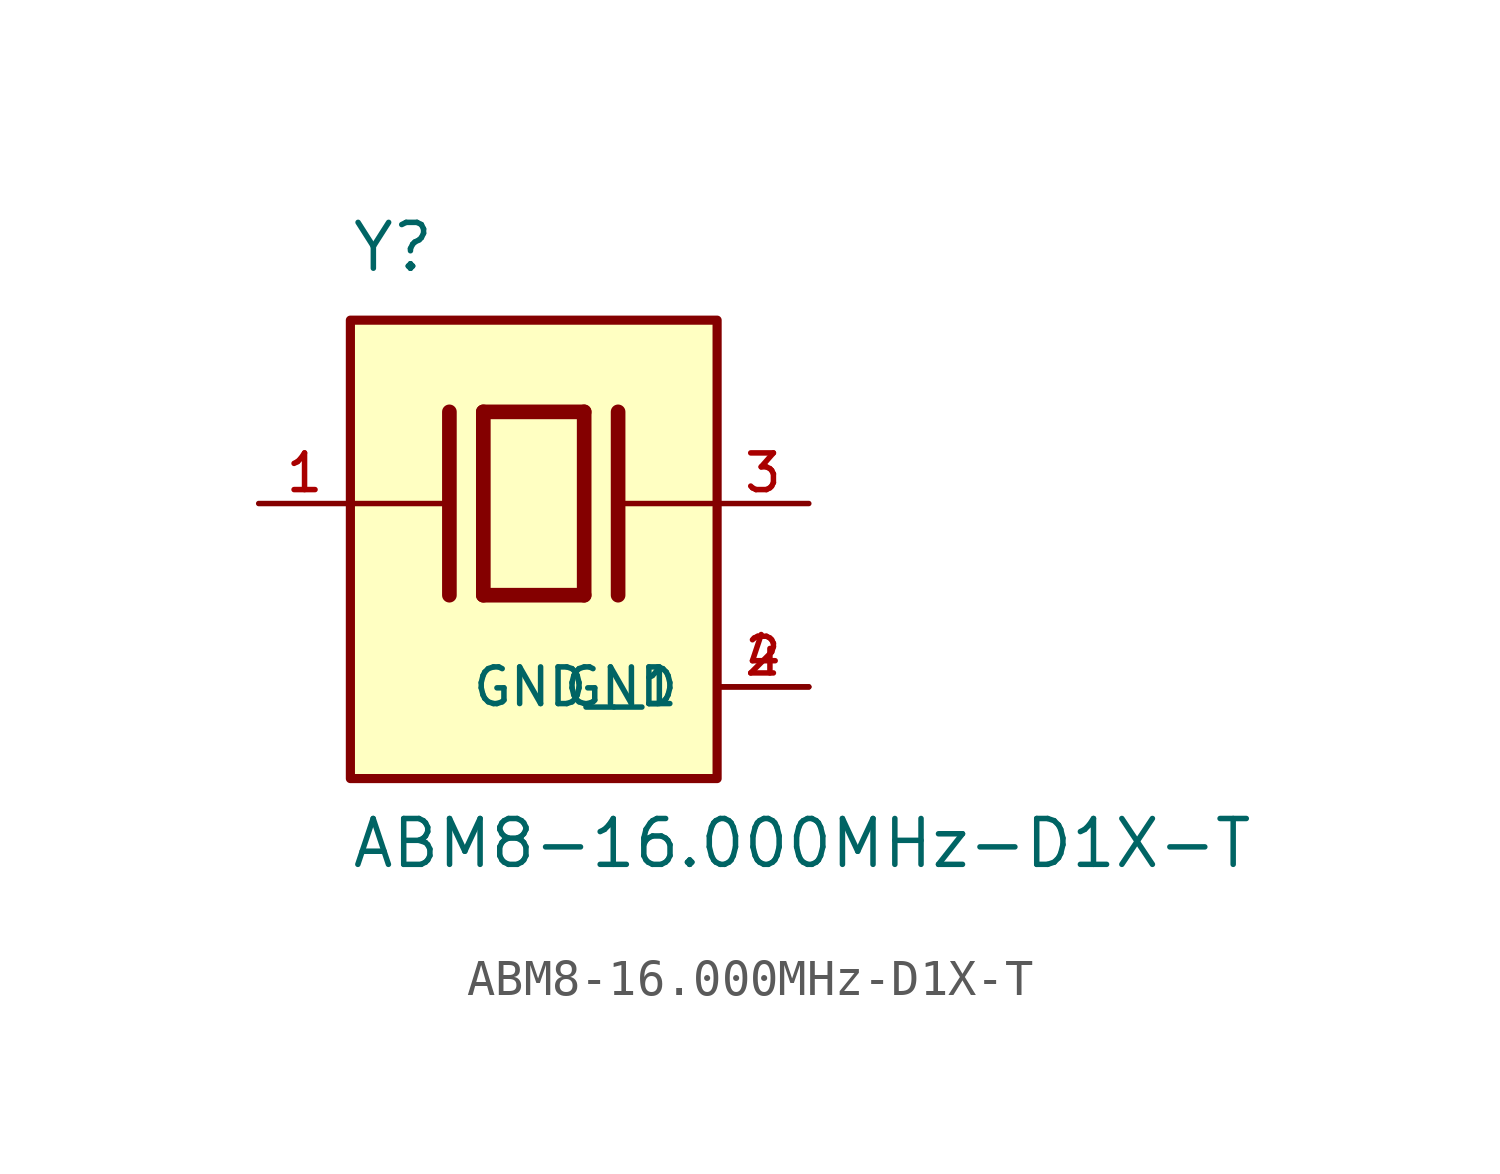
<source format=kicad_sym>
(kicad_symbol_lib
  (version 20211014)
  (generator kicad_symbol_editor)
  (symbol "ABM8-16.000MHz-D1X-T"
    (pin_names
      (offset 1.016))
    (property "Reference" "Y"
      (at -5.088 6.356 0)
      (effects (font (size 1.27 1.27)) (justify bottom left)))
    (property "Value" "ABM8-16.000MHz-D1X-T"
      (at -5.094 -10.16 0)
      (effects (font (size 1.27 1.27)) (justify bottom left)))
    (symbol "ABM8-16.000MHz-D1X-T_0_0"
      (polyline (pts (xy -1.397 2.54) (xy 1.397 2.54)) (stroke (width 0.406)))
      (polyline (pts (xy 1.397 2.54) (xy 1.397 -2.54)) (stroke (width 0.406)))
      (polyline (pts (xy 1.397 -2.54) (xy -1.397 -2.54)) (stroke (width 0.406)))
      (polyline (pts (xy -1.397 2.54) (xy -1.397 -2.54)) (stroke (width 0.406)))
      (polyline (pts (xy 2.337 2.54) (xy 2.337 -2.54)) (stroke (width 0.406)))
      (polyline (pts (xy -2.337 2.54) (xy -2.337 -2.54)) (stroke (width 0.406)))
      (polyline (pts (xy -5.08 0.0) (xy -2.54 0.0)) (stroke (width 0.152)))
      (polyline (pts (xy 2.54 0.0) (xy 5.08 0.0)) (stroke (width 0.152)))
      (rectangle (start -5.08 -7.62) (end 5.08 5.08) (stroke (width 0.254)) (fill (type background)))
      (pin passive line (at 7.62 0.0 180.0) (length 2.54) (name "~" (effects (font (size 1.016 1.016)))) (number "3" (effects (font (size 1.016 1.016)))))
      (pin passive line (at -7.62 0.0 0) (length 2.54) (name "~" (effects (font (size 1.016 1.016)))) (number "1" (effects (font (size 1.016 1.016)))))
      (pin power_in line (at 7.62 -5.08 180.0) (length 2.54) (name "GND" (effects (font (size 1.016 1.016)))) (number "2" (effects (font (size 1.016 1.016)))))
      (pin power_in line (at 7.62 -5.08 180.0) (length 2.54) (name "GND__1" (effects (font (size 1.016 1.016)))) (number "4" (effects (font (size 1.016 1.016))))))))
</source>
